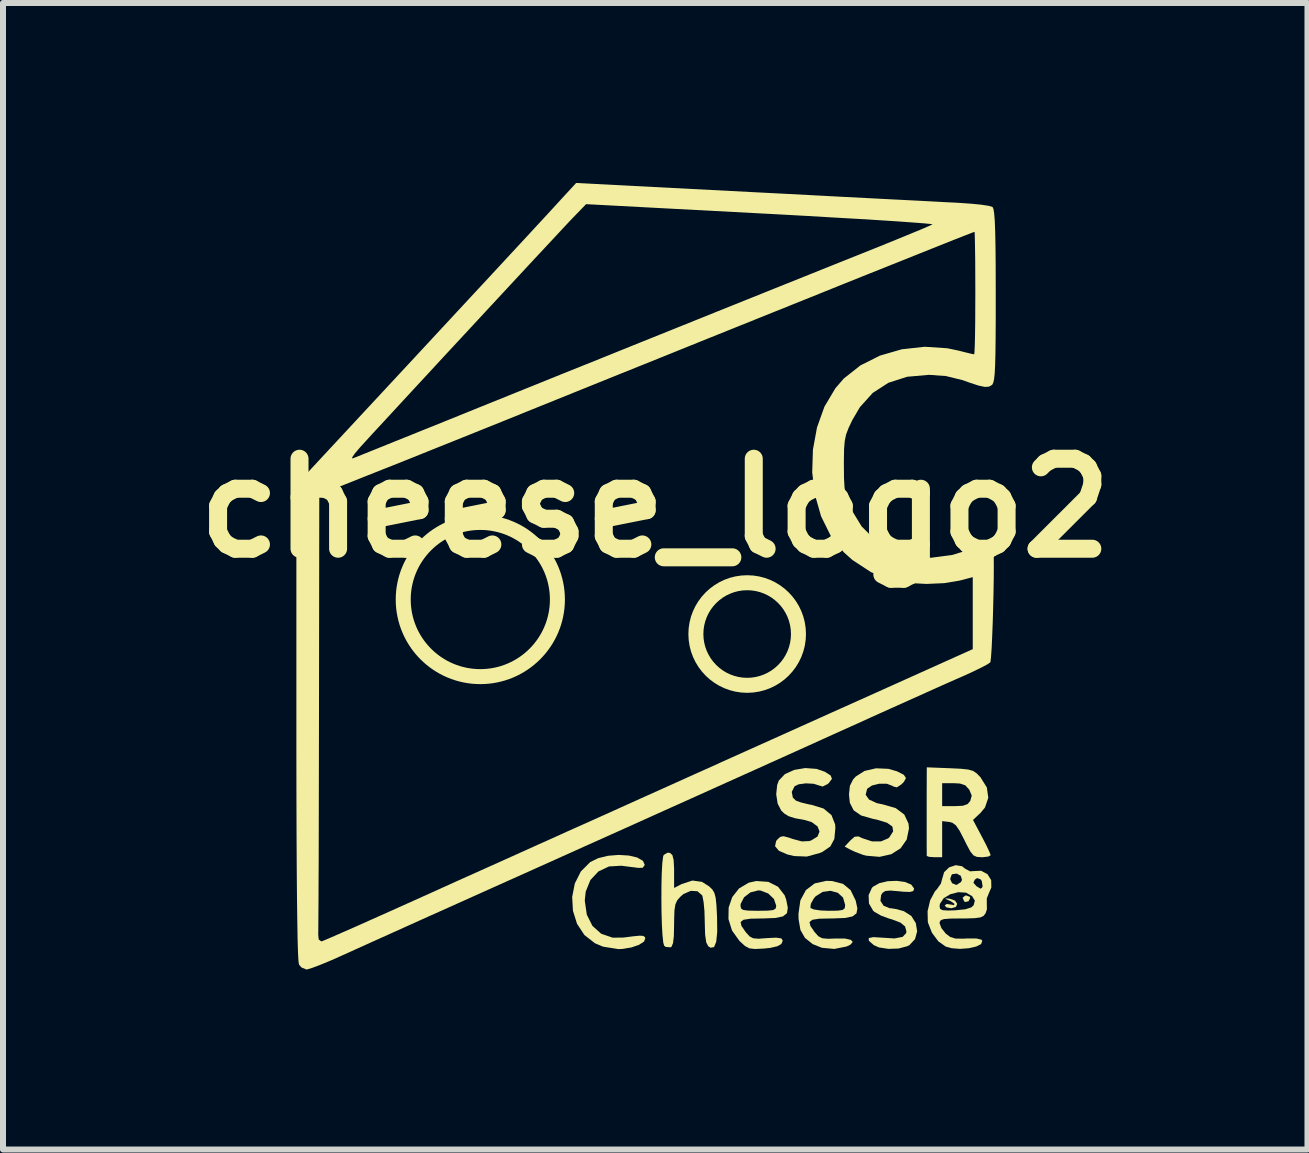
<source format=kicad_pcb>
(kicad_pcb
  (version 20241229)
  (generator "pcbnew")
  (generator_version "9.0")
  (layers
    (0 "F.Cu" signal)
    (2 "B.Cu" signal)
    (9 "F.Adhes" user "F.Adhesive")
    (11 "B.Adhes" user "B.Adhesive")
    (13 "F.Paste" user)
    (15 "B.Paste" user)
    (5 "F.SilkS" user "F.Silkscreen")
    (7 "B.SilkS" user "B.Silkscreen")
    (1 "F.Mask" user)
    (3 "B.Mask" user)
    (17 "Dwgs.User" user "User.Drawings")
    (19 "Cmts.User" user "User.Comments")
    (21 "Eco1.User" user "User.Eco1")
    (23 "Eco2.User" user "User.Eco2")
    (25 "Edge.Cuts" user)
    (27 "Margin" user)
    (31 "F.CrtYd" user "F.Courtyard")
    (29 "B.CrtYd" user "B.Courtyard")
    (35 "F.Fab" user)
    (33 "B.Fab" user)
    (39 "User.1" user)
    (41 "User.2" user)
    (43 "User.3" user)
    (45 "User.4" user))
  (footprint "cheese_logo2"
    (layer "F.Cu")
    (at 7.846 6.643)
    (property "Reference" "cheese_logo2" (at 0.025 -1.225 0) (layer "F.SilkS") (effects (font (size 1.5 1.5) (thickness 0.3))))
    (attr board_only exclude_from_pos_files exclude_from_bom)
    (fp_circle (center -2.89 0.3) (end -1.605 0.3) (stroke (width 0.25) (type default)) (fill no) (layer "F.SilkS"))
    (fp_circle (center 1.558 0.875) (end 2.413 0.875) (stroke (width 0.25) (type default)) (fill no) (layer "F.SilkS"))
    (fp_poly (pts (xy 5.269 5.255) (xy 5.276 5.273) (xy 5.248 5.329) (xy 5.193 5.342) (xy 5.175 5.331) (xy 5.149 5.27) (xy 5.195 5.234) (xy 5.212 5.233)) (stroke (width 0) (type solid)) (fill yes) (layer "F.SilkS"))
    (fp_poly (pts (xy 4.935 5.287) (xy 5.023 5.318) (xy 5.059 5.373) (xy 5.038 5.424) (xy 4.96 5.446) (xy 4.878 5.431) (xy 4.85 5.4) (xy 4.883 5.374) (xy 4.935 5.382) (xy 5.007 5.394) (xy 5.012 5.371) (xy 4.953 5.33) (xy 4.925 5.317) (xy 4.859 5.288) (xy 4.874 5.282)) (stroke (width 0) (type solid)) (fill yes) (layer "F.SilkS"))
    (fp_poly (pts (xy -0.416 4.567) (xy -0.275 4.6) (xy -0.179 4.656) (xy -0.149 4.724) (xy -0.183 4.771) (xy -0.255 4.773) (xy -0.368 4.759) (xy -0.51 4.741) (xy -0.537 4.737) (xy -0.745 4.749) (xy -0.921 4.832) (xy -1.055 4.975) (xy -1.133 5.168) (xy -1.149 5.318) (xy -1.115 5.553) (xy -1.021 5.74) (xy -0.875 5.871) (xy -0.685 5.936) (xy -0.511 5.935) (xy -0.338 5.913) (xy -0.232 5.903) (xy -0.175 5.907) (xy -0.149 5.924) (xy -0.14 5.943) (xy -0.16 6) (xy -0.244 6.055) (xy -0.371 6.099) (xy -0.521 6.124) (xy -0.587 6.127) (xy -0.845 6.086) (xy -0.98 6.029) (xy -1.156 5.891) (xy -1.278 5.705) (xy -1.346 5.488) (xy -1.359 5.258) (xy -1.315 5.033) (xy -1.214 4.832) (xy -1.059 4.677) (xy -0.925 4.611) (xy -0.761 4.571) (xy -0.585 4.557)) (stroke (width 0) (type solid)) (fill yes) (layer "F.SilkS"))
    (fp_poly (pts (xy 4.189 5.008) (xy 4.292 5.051) (xy 4.339 5.115) (xy 4.34 5.125) (xy 4.325 5.16) (xy 4.271 5.174) (xy 4.157 5.17) (xy 4.089 5.163) (xy 3.946 5.151) (xy 3.862 5.158) (xy 3.816 5.187) (xy 3.791 5.225) (xy 3.779 5.322) (xy 3.832 5.404) (xy 3.932 5.445) (xy 3.953 5.446) (xy 4.045 5.46) (xy 4.163 5.493) (xy 4.168 5.494) (xy 4.294 5.574) (xy 4.369 5.694) (xy 4.391 5.831) (xy 4.356 5.96) (xy 4.263 6.06) (xy 4.229 6.078) (xy 4.083 6.117) (xy 3.912 6.123) (xy 3.755 6.099) (xy 3.668 6.06) (xy 3.586 5.988) (xy 3.584 5.943) (xy 3.661 5.927) (xy 3.803 5.936) (xy 4.014 5.949) (xy 4.149 5.923) (xy 4.209 5.859) (xy 4.212 5.831) (xy 4.19 5.749) (xy 4.114 5.686) (xy 3.97 5.631) (xy 3.923 5.618) (xy 3.788 5.568) (xy 3.678 5.505) (xy 3.657 5.486) (xy 3.588 5.366) (xy 3.582 5.228) (xy 3.637 5.106) (xy 3.657 5.086) (xy 3.763 5.027) (xy 3.901 4.995) (xy 4.051 4.989)) (stroke (width 0) (type solid)) (fill yes) (layer "F.SilkS"))
    (fp_poly (pts (xy 3.912 3.122) (xy 4.054 3.163) (xy 4.168 3.221) (xy 4.205 3.275) (xy 4.17 3.34) (xy 4.128 3.382) (xy 4.053 3.431) (xy 3.993 3.416) (xy 3.982 3.407) (xy 3.887 3.371) (xy 3.76 3.37) (xy 3.638 3.4) (xy 3.559 3.454) (xy 3.557 3.457) (xy 3.533 3.554) (xy 3.589 3.634) (xy 3.72 3.694) (xy 3.82 3.715) (xy 4.034 3.777) (xy 4.177 3.884) (xy 4.247 4.034) (xy 4.255 4.115) (xy 4.217 4.301) (xy 4.115 4.447) (xy 3.96 4.545) (xy 3.765 4.589) (xy 3.545 4.57) (xy 3.486 4.555) (xy 3.36 4.507) (xy 3.28 4.47) (xy 3.183 4.418) (xy 3.275 4.319) (xy 3.348 4.254) (xy 3.411 4.248) (xy 3.482 4.28) (xy 3.638 4.331) (xy 3.79 4.331) (xy 3.91 4.28) (xy 3.929 4.262) (xy 3.991 4.164) (xy 3.979 4.085) (xy 3.89 4.021) (xy 3.72 3.969) (xy 3.655 3.956) (xy 3.458 3.9) (xy 3.333 3.814) (xy 3.269 3.688) (xy 3.255 3.552) (xy 3.27 3.406) (xy 3.324 3.298) (xy 3.368 3.25) (xy 3.515 3.157) (xy 3.706 3.113)) (stroke (width 0) (type solid)) (fill yes) (layer "F.SilkS"))
    (fp_poly (pts (xy 0.272 4.524) (xy 0.311 4.559) (xy 0.332 4.64) (xy 0.34 4.783) (xy 0.34 4.829) (xy 0.34 5.108) (xy 0.466 5.043) (xy 0.645 4.984) (xy 0.805 5.006) (xy 0.921 5.079) (xy 0.976 5.131) (xy 1.011 5.189) (xy 1.033 5.272) (xy 1.046 5.4) (xy 1.056 5.589) (xy 1.059 5.837) (xy 1.042 6.005) (xy 1.006 6.093) (xy 0.948 6.104) (xy 0.909 6.079) (xy 0.876 6.016) (xy 0.857 5.887) (xy 0.851 5.683) (xy 0.851 5.672) (xy 0.846 5.496) (xy 0.832 5.345) (xy 0.813 5.246) (xy 0.807 5.23) (xy 0.729 5.162) (xy 0.618 5.156) (xy 0.496 5.209) (xy 0.445 5.253) (xy 0.393 5.312) (xy 0.362 5.38) (xy 0.346 5.477) (xy 0.341 5.627) (xy 0.34 5.716) (xy 0.336 5.908) (xy 0.322 6.027) (xy 0.297 6.087) (xy 0.282 6.097) (xy 0.203 6.091) (xy 0.175 6.072) (xy 0.159 6.015) (xy 0.146 5.889) (xy 0.136 5.714) (xy 0.13 5.506) (xy 0.128 5.283) (xy 0.129 5.062) (xy 0.134 4.862) (xy 0.143 4.698) (xy 0.156 4.589) (xy 0.167 4.557) (xy 0.232 4.519)) (stroke (width 0) (type solid)) (fill yes) (layer "F.SilkS"))
    (fp_poly (pts (xy 2.714 3.123) (xy 2.853 3.171) (xy 2.95 3.233) (xy 2.971 3.289) (xy 2.919 3.358) (xy 2.903 3.374) (xy 2.816 3.417) (xy 2.765 3.402) (xy 2.666 3.371) (xy 2.537 3.364) (xy 2.416 3.38) (xy 2.349 3.412) (xy 2.301 3.506) (xy 2.319 3.602) (xy 2.372 3.653) (xy 2.46 3.684) (xy 2.589 3.715) (xy 2.63 3.722) (xy 2.832 3.784) (xy 2.963 3.893) (xy 3.024 4.048) (xy 3.028 4.11) (xy 3.011 4.291) (xy 2.944 4.416) (xy 2.816 4.504) (xy 2.766 4.526) (xy 2.552 4.584) (xy 2.341 4.576) (xy 2.228 4.549) (xy 2.087 4.488) (xy 2.023 4.412) (xy 2.04 4.327) (xy 2.059 4.302) (xy 2.109 4.256) (xy 2.163 4.245) (xy 2.252 4.268) (xy 2.317 4.291) (xy 2.471 4.332) (xy 2.592 4.326) (xy 2.624 4.316) (xy 2.73 4.251) (xy 2.764 4.167) (xy 2.731 4.082) (xy 2.635 4.011) (xy 2.517 3.975) (xy 2.354 3.945) (xy 2.25 3.912) (xy 2.177 3.867) (xy 2.126 3.818) (xy 2.066 3.702) (xy 2.042 3.547) (xy 2.058 3.391) (xy 2.086 3.316) (xy 2.187 3.21) (xy 2.342 3.14) (xy 2.526 3.109)) (stroke (width 0) (type solid)) (fill yes) (layer "F.SilkS"))
    (fp_poly (pts (xy 2.969 4.992) (xy 3.155 5.039) (xy 3.282 5.144) (xy 3.366 5.316) (xy 3.368 5.324) (xy 3.395 5.448) (xy 3.38 5.531) (xy 3.314 5.582) (xy 3.186 5.608) (xy 2.985 5.616) (xy 2.952 5.616) (xy 2.759 5.62) (xy 2.644 5.638) (xy 2.597 5.676) (xy 2.612 5.741) (xy 2.68 5.84) (xy 2.687 5.848) (xy 2.745 5.913) (xy 2.809 5.946) (xy 2.905 5.955) (xy 3.034 5.95) (xy 3.19 5.951) (xy 3.287 5.973) (xy 3.318 6.009) (xy 3.276 6.055) (xy 3.213 6.084) (xy 3.011 6.124) (xy 2.804 6.105) (xy 2.651 6.044) (xy 2.521 5.94) (xy 2.446 5.809) (xy 2.415 5.63) (xy 2.413 5.541) (xy 2.427 5.438) (xy 2.612 5.438) (xy 2.614 5.442) (xy 2.669 5.466) (xy 2.785 5.483) (xy 2.917 5.488) (xy 3.065 5.486) (xy 3.147 5.475) (xy 3.183 5.448) (xy 3.191 5.399) (xy 3.191 5.389) (xy 3.156 5.268) (xy 3.068 5.188) (xy 2.947 5.155) (xy 2.817 5.173) (xy 2.7 5.246) (xy 2.669 5.282) (xy 2.619 5.372) (xy 2.612 5.438) (xy 2.427 5.438) (xy 2.445 5.314) (xy 2.537 5.143) (xy 2.683 5.032) (xy 2.876 4.989)) (stroke (width 0) (type solid)) (fill yes) (layer "F.SilkS"))
    (fp_poly (pts (xy 1.911 5.006) (xy 2.073 5.088) (xy 2.182 5.229) (xy 2.208 5.301) (xy 2.235 5.436) (xy 2.222 5.527) (xy 2.156 5.581) (xy 2.029 5.608) (xy 1.828 5.616) (xy 1.807 5.616) (xy 1.613 5.62) (xy 1.496 5.638) (xy 1.449 5.675) (xy 1.462 5.739) (xy 1.529 5.837) (xy 1.539 5.85) (xy 1.598 5.915) (xy 1.659 5.947) (xy 1.751 5.954) (xy 1.879 5.944) (xy 2.04 5.936) (xy 2.127 5.948) (xy 2.151 5.986) (xy 2.128 6.041) (xy 2.063 6.079) (xy 1.932 6.108) (xy 1.834 6.118) (xy 1.687 6.125) (xy 1.593 6.114) (xy 1.52 6.074) (xy 1.435 5.996) (xy 1.429 5.99) (xy 1.305 5.817) (xy 1.246 5.626) (xy 1.249 5.435) (xy 1.26 5.403) (xy 1.447 5.403) (xy 1.455 5.448) (xy 1.491 5.474) (xy 1.573 5.485) (xy 1.721 5.488) (xy 1.744 5.488) (xy 1.901 5.486) (xy 1.991 5.476) (xy 2.032 5.452) (xy 2.042 5.41) (xy 2.042 5.403) (xy 2.004 5.291) (xy 1.908 5.199) (xy 1.781 5.151) (xy 1.744 5.148) (xy 1.613 5.181) (xy 1.506 5.263) (xy 1.45 5.372) (xy 1.447 5.403) (xy 1.26 5.403) (xy 1.309 5.26) (xy 1.422 5.116) (xy 1.583 5.02) (xy 1.71 4.992)) (stroke (width 0) (type solid)) (fill yes) (layer "F.SilkS"))
    (fp_poly (pts (xy 4.939 3.112) (xy 5.123 3.121) (xy 5.244 3.134) (xy 5.324 3.157) (xy 5.384 3.198) (xy 5.447 3.263) (xy 5.449 3.266) (xy 5.553 3.433) (xy 5.577 3.604) (xy 5.522 3.766) (xy 5.448 3.856) (xy 5.322 3.974) (xy 5.469 4.251) (xy 5.541 4.39) (xy 5.593 4.5) (xy 5.616 4.559) (xy 5.616 4.562) (xy 5.579 4.584) (xy 5.487 4.595) (xy 5.466 4.595) (xy 5.387 4.59) (xy 5.331 4.565) (xy 5.28 4.504) (xy 5.218 4.389) (xy 5.178 4.308) (xy 5.099 4.155) (xy 5.037 4.064) (xy 4.977 4.02) (xy 4.924 4.007) (xy 4.808 3.994) (xy 4.808 4.294) (xy 4.808 4.595) (xy 4.68 4.595) (xy 4.59 4.589) (xy 4.551 4.574) (xy 4.551 4.574) (xy 4.551 4.526) (xy 4.55 4.409) (xy 4.55 4.238) (xy 4.55 4.031) (xy 4.55 3.957) (xy 4.55 3.728) (xy 4.55 3.553) (xy 4.808 3.553) (xy 4.808 3.744) (xy 5.019 3.744) (xy 5.156 3.737) (xy 5.234 3.708) (xy 5.277 3.656) (xy 5.301 3.568) (xy 5.262 3.474) (xy 5.256 3.465) (xy 5.194 3.397) (xy 5.104 3.367) (xy 4.998 3.361) (xy 4.808 3.361) (xy 4.808 3.553) (xy 4.55 3.553) (xy 4.55 3.52) (xy 4.551 3.352) (xy 4.551 3.244) (xy 4.551 3.229) (xy 4.552 3.097)) (stroke (width 0) (type solid)) (fill yes) (layer "F.SilkS"))
    (fp_poly (pts (xy 5.14 4.746) (xy 5.191 4.787) (xy 5.275 4.831) (xy 5.324 4.827) (xy 5.457 4.821) (xy 5.563 4.877) (xy 5.625 4.977) (xy 5.628 5.099) (xy 5.594 5.177) (xy 5.552 5.28) (xy 5.552 5.361) (xy 5.554 5.463) (xy 5.532 5.529) (xy 5.5 5.572) (xy 5.447 5.598) (xy 5.354 5.611) (xy 5.203 5.616) (xy 5.125 5.616) (xy 4.949 5.618) (xy 4.841 5.626) (xy 4.786 5.644) (xy 4.767 5.675) (xy 4.765 5.694) (xy 4.795 5.776) (xy 4.866 5.866) (xy 4.868 5.868) (xy 4.943 5.925) (xy 5.029 5.951) (xy 5.158 5.953) (xy 5.215 5.95) (xy 5.376 5.949) (xy 5.461 5.969) (xy 5.477 5.988) (xy 5.458 6.042) (xy 5.376 6.084) (xy 5.252 6.112) (xy 5.108 6.123) (xy 4.966 6.112) (xy 4.867 6.085) (xy 4.744 5.997) (xy 4.638 5.855) (xy 4.573 5.689) (xy 4.569 5.671) (xy 4.565 5.494) (xy 4.585 5.412) (xy 4.765 5.412) (xy 4.774 5.456) (xy 4.815 5.478) (xy 4.905 5.484) (xy 5.027 5.48) (xy 5.195 5.463) (xy 5.295 5.431) (xy 5.333 5.395) (xy 5.353 5.319) (xy 5.307 5.244) (xy 5.206 5.186) (xy 5.077 5.178) (xy 4.944 5.212) (xy 4.833 5.279) (xy 4.771 5.372) (xy 4.765 5.412) (xy 4.585 5.412) (xy 4.608 5.314) (xy 4.687 5.165) (xy 4.722 5.127) (xy 4.787 5.035) (xy 4.807 4.959) (xy 4.941 4.959) (xy 4.973 5.028) (xy 5.041 5.056) (xy 5.052 5.055) (xy 5.105 5.02) (xy 5.329 5.02) (xy 5.377 5.076) (xy 5.384 5.081) (xy 5.448 5.12) (xy 5.475 5.101) (xy 5.482 5.077) (xy 5.468 4.991) (xy 5.45 4.965) (xy 5.391 4.943) (xy 5.352 4.969) (xy 5.329 5.02) (xy 5.105 5.02) (xy 5.122 5.009) (xy 5.139 4.972) (xy 5.118 4.905) (xy 5.051 4.868) (xy 4.978 4.878) (xy 4.965 4.889) (xy 4.941 4.959) (xy 4.807 4.959) (xy 4.808 4.957) (xy 4.841 4.844) (xy 4.925 4.764) (xy 5.034 4.728)) (stroke (width 0) (type solid)) (fill yes) (layer "F.SilkS"))
    (fp_poly (pts (xy 1.641 -6.491) (xy 2.148 -6.465) (xy 2.643 -6.439) (xy 3.117 -6.414) (xy 3.561 -6.391) (xy 3.966 -6.37) (xy 4.325 -6.352) (xy 4.628 -6.336) (xy 4.867 -6.323) (xy 5.034 -6.315) (xy 5.084 -6.312) (xy 5.288 -6.298) (xy 5.462 -6.281) (xy 5.589 -6.261) (xy 5.648 -6.243) (xy 5.663 -6.211) (xy 5.675 -6.136) (xy 5.685 -6.012) (xy 5.692 -5.832) (xy 5.697 -5.588) (xy 5.7 -5.275) (xy 5.701 -4.886) (xy 5.701 -4.765) (xy 5.701 -4.37) (xy 5.699 -4.051) (xy 5.696 -3.801) (xy 5.691 -3.611) (xy 5.684 -3.472) (xy 5.674 -3.377) (xy 5.661 -3.317) (xy 5.645 -3.284) (xy 5.638 -3.276) (xy 5.587 -3.248) (xy 5.519 -3.244) (xy 5.415 -3.266) (xy 5.259 -3.317) (xy 5.148 -3.357) (xy 4.866 -3.426) (xy 4.586 -3.445) (xy 4.224 -3.413) (xy 3.913 -3.313) (xy 3.651 -3.144) (xy 3.436 -2.905) (xy 3.31 -2.69) (xy 3.248 -2.559) (xy 3.207 -2.451) (xy 3.184 -2.342) (xy 3.173 -2.206) (xy 3.17 -2.018) (xy 3.17 -1.937) (xy 3.172 -1.721) (xy 3.181 -1.565) (xy 3.201 -1.444) (xy 3.236 -1.333) (xy 3.29 -1.208) (xy 3.29 -1.207) (xy 3.467 -0.917) (xy 3.698 -0.688) (xy 3.974 -0.523) (xy 4.284 -0.424) (xy 4.62 -0.396) (xy 4.973 -0.442) (xy 5.212 -0.515) (xy 5.39 -0.571) (xy 5.535 -0.593) (xy 5.631 -0.581) (xy 5.663 -0.542) (xy 5.668 -0.431) (xy 5.669 -0.262) (xy 5.668 -0.052) (xy 5.664 0.186) (xy 5.658 0.436) (xy 5.651 0.682) (xy 5.642 0.91) (xy 5.633 1.105) (xy 5.623 1.252) (xy 5.614 1.335) (xy 5.61 1.347) (xy 5.556 1.384) (xy 5.441 1.444) (xy 5.285 1.519) (xy 5.157 1.577) (xy 5.017 1.638) (xy 4.812 1.729) (xy 4.556 1.844) (xy 4.26 1.977) (xy 3.939 2.121) (xy 3.604 2.272) (xy 3.404 2.363) (xy 3.002 2.544) (xy 2.589 2.731) (xy 2.157 2.926) (xy 1.7 3.132) (xy 1.213 3.351) (xy 0.69 3.587) (xy 0.124 3.841) (xy -0.49 4.118) (xy -1.159 4.418) (xy -1.888 4.746) (xy -2.684 5.103) (xy -3.425 5.436) (xy -3.758 5.585) (xy -4.093 5.736) (xy -4.414 5.881) (xy -4.708 6.013) (xy -4.958 6.126) (xy -5.149 6.213) (xy -5.183 6.228) (xy -5.383 6.317) (xy -5.56 6.39) (xy -5.698 6.442) (xy -5.78 6.466) (xy -5.788 6.467) (xy -5.871 6.433) (xy -5.912 6.385) (xy -5.921 6.326) (xy -5.929 6.183) (xy -5.936 5.957) (xy -5.937 5.882) (xy -5.592 5.882) (xy -5.584 5.966) (xy -5.539 5.999) (xy -5.495 5.982) (xy -5.382 5.934) (xy -5.209 5.858) (xy -4.985 5.76) (xy -4.719 5.641) (xy -4.419 5.507) (xy -4.094 5.361) (xy -4.084 5.357) (xy -3.687 5.178) (xy -3.252 4.981) (xy -2.799 4.778) (xy -2.352 4.577) (xy -1.931 4.387) (xy -1.559 4.22) (xy -1.447 4.169) (xy -1.087 4.008) (xy -0.673 3.822) (xy -0.228 3.621) (xy 0.226 3.417) (xy 0.665 3.219) (xy 1.067 3.039) (xy 1.127 3.011) (xy 1.523 2.833) (xy 1.973 2.631) (xy 2.451 2.416) (xy 2.935 2.198) (xy 3.399 1.99) (xy 3.82 1.801) (xy 3.904 1.763) (xy 5.318 1.127) (xy 5.318 0.527) (xy 5.318 -0.073) (xy 5.096 -0.015) (xy 4.842 0.027) (xy 4.547 0.04) (xy 4.248 0.024) (xy 3.983 -0.022) (xy 3.976 -0.023) (xy 3.624 -0.155) (xy 3.312 -0.359) (xy 3.165 -0.491) (xy 2.949 -0.765) (xy 2.79 -1.087) (xy 2.688 -1.444) (xy 2.642 -1.819) (xy 2.654 -2.199) (xy 2.722 -2.569) (xy 2.846 -2.915) (xy 3.028 -3.221) (xy 3.169 -3.384) (xy 3.445 -3.602) (xy 3.772 -3.766) (xy 4.135 -3.871) (xy 4.515 -3.913) (xy 4.895 -3.888) (xy 5.077 -3.85) (xy 5.211 -3.816) (xy 5.308 -3.793) (xy 5.342 -3.787) (xy 5.347 -3.827) (xy 5.352 -3.941) (xy 5.356 -4.117) (xy 5.359 -4.343) (xy 5.36 -4.608) (xy 5.361 -4.808) (xy 5.36 -5.092) (xy 5.359 -5.346) (xy 5.356 -5.558) (xy 5.353 -5.716) (xy 5.35 -5.809) (xy 5.347 -5.829) (xy 5.304 -5.813) (xy 5.186 -5.767) (xy 4.997 -5.693) (xy 4.742 -5.591) (xy 4.424 -5.464) (xy 4.047 -5.313) (xy 3.616 -5.141) (xy 3.135 -4.948) (xy 2.607 -4.735) (xy 2.037 -4.506) (xy 1.428 -4.261) (xy 0.786 -4.003) (xy 0.113 -3.731) (xy -0.586 -3.45) (xy -1.307 -3.159) (xy -2.045 -2.861) (xy -2.127 -2.828) (xy -2.514 -2.671) (xy -2.915 -2.51) (xy -3.313 -2.35) (xy -3.693 -2.198) (xy -4.038 -2.059) (xy -4.334 -1.941) (xy -4.531 -1.863) (xy -4.788 -1.761) (xy -5.023 -1.667) (xy -5.223 -1.588) (xy -5.375 -1.528) (xy -5.464 -1.492) (xy -5.478 -1.487) (xy -5.574 -1.449) (xy -5.579 2.19) (xy -5.58 2.74) (xy -5.581 3.266) (xy -5.582 3.761) (xy -5.583 4.22) (xy -5.584 4.636) (xy -5.586 5.003) (xy -5.587 5.315) (xy -5.589 5.564) (xy -5.59 5.746) (xy -5.591 5.854) (xy -5.592 5.882) (xy -5.937 5.882) (xy -5.941 5.647) (xy -5.946 5.252) (xy -5.95 4.774) (xy -5.953 4.21) (xy -5.955 3.563) (xy -5.956 2.83) (xy -5.956 2.345) (xy -5.956 -1.613) (xy -5.532 -2.07) (xy -5.026 -2.07) (xy -5.023 -2.05) (xy -5.02 -2.051) (xy -4.968 -2.072) (xy -4.845 -2.121) (xy -4.662 -2.195) (xy -4.426 -2.29) (xy -4.148 -2.402) (xy -3.835 -2.528) (xy -3.497 -2.664) (xy -3.425 -2.693) (xy -2.81 -2.942) (xy -2.175 -3.198) (xy -1.529 -3.459) (xy -0.879 -3.72) (xy -0.235 -3.98) (xy 0.394 -4.233) (xy 1 -4.477) (xy 1.575 -4.708) (xy 2.108 -4.922) (xy 2.592 -5.116) (xy 3.018 -5.287) (xy 3.376 -5.43) (xy 3.489 -5.475) (xy 3.78 -5.592) (xy 4.046 -5.7) (xy 4.275 -5.794) (xy 4.459 -5.87) (xy 4.585 -5.924) (xy 4.645 -5.952) (xy 4.648 -5.954) (xy 4.612 -5.96) (xy 4.498 -5.971) (xy 4.312 -5.985) (xy 4.062 -6.003) (xy 3.754 -6.023) (xy 3.395 -6.045) (xy 2.992 -6.068) (xy 2.551 -6.094) (xy 2.079 -6.12) (xy 1.776 -6.136) (xy -1.127 -6.29) (xy -1.34 -6.07) (xy -1.405 -6.002) (xy -1.521 -5.878) (xy -1.681 -5.706) (xy -1.88 -5.493) (xy -2.11 -5.246) (xy -2.364 -4.972) (xy -2.636 -4.679) (xy -2.92 -4.373) (xy -3.209 -4.061) (xy -3.496 -3.752) (xy -3.774 -3.451) (xy -4.038 -3.166) (xy -4.279 -2.905) (xy -4.493 -2.673) (xy -4.672 -2.48) (xy -4.809 -2.33) (xy -4.894 -2.237) (xy -4.98 -2.136) (xy -5.026 -2.07) (xy -5.532 -2.07) (xy -3.967 -3.754) (xy -3.622 -4.126) (xy -3.286 -4.488) (xy -2.964 -4.835) (xy -2.663 -5.159) (xy -2.388 -5.456) (xy -2.145 -5.718) (xy -1.941 -5.939) (xy -1.779 -6.114) (xy -1.668 -6.235) (xy -1.636 -6.27) (xy -1.293 -6.643)) (stroke (width 0) (type solid)) (fill yes) (layer "F.SilkS")))
  (gr_rect
    (start -3 -3)
    (end 18.743 16.11)
    (stroke (width 0.1) (type default))
    (fill no)
    (layer "Edge.Cuts")))
</source>
